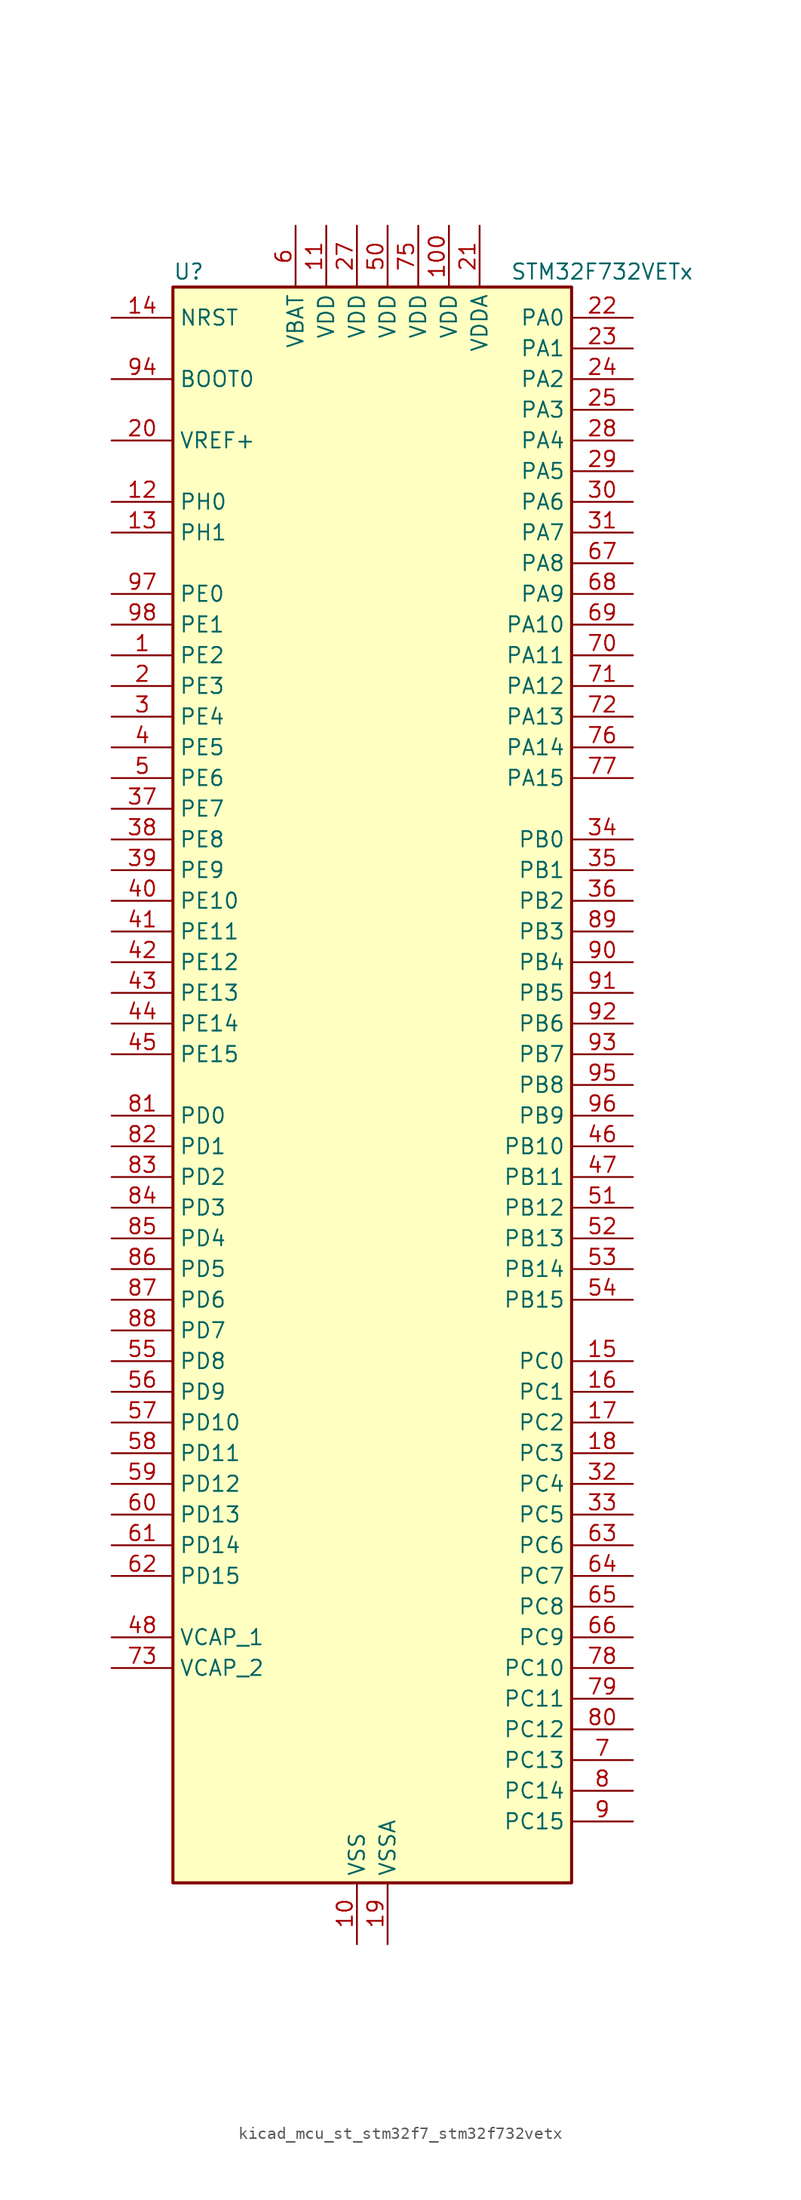
<source format=kicad_sym>
(kicad_symbol_lib
  (version 20220914)
  (generator kicad_symbol_editor)
  (symbol "kicad_mcu_st_stm32f7_stm32f732vetx"
    (property "Reference" "U"
      (at -15.24 67.31 0)
      (effects (font (size 1.27 1.27)) (justify left)))
    (property "Value" "STM32F732VETx"
      (at 12.7 67.31 0)
      (effects (font (size 1.27 1.27)) (justify left)))
    (property "ki_locked" ""
      (at 0 0 0)
      (effects (font (size 1.27 1.27))))
    (symbol "kicad_mcu_st_stm32f7_stm32f732vetx_0_1"
      (rectangle (start -15.24 -66.04) (end 17.78 66.04) (stroke (width 0.254) (type default)) (fill (type background))))
    (symbol "kicad_mcu_st_stm32f7_stm32f732vetx_1_1"
      (pin bidirectional line (at -20.32 35.56 0) (length 5.08) (name "PE2" (effects (font (size 1.27 1.27)))) (number "1" (effects (font (size 1.27 1.27)))) (alternate "FMC_A23" bidirectional line) (alternate "QUADSPI_BK1_IO2" bidirectional line) (alternate "SAI1_MCLK_A" bidirectional line) (alternate "SPI4_SCK" bidirectional line) (alternate "SYS_TRACECLK" bidirectional line))
      (pin power_in line (at 0 -71.12 90) (length 5.08) (name "VSS" (effects (font (size 1.27 1.27)))) (number "10" (effects (font (size 1.27 1.27)))))
      (pin power_in line (at 7.62 71.12 270) (length 5.08) (name "VDD" (effects (font (size 1.27 1.27)))) (number "100" (effects (font (size 1.27 1.27)))))
      (pin power_in line (at -2.54 71.12 270) (length 5.08) (name "VDD" (effects (font (size 1.27 1.27)))) (number "11" (effects (font (size 1.27 1.27)))))
      (pin bidirectional line (at -20.32 48.26 0) (length 5.08) (name "PH0" (effects (font (size 1.27 1.27)))) (number "12" (effects (font (size 1.27 1.27)))) (alternate "RCC_OSC_IN" bidirectional line))
      (pin bidirectional line (at -20.32 45.72 0) (length 5.08) (name "PH1" (effects (font (size 1.27 1.27)))) (number "13" (effects (font (size 1.27 1.27)))) (alternate "RCC_OSC_OUT" bidirectional line))
      (pin input line (at -20.32 63.5 0) (length 5.08) (name "NRST" (effects (font (size 1.27 1.27)))) (number "14" (effects (font (size 1.27 1.27)))))
      (pin bidirectional line (at 22.86 -22.86 180) (length 5.08) (name "PC0" (effects (font (size 1.27 1.27)))) (number "15" (effects (font (size 1.27 1.27)))) (alternate "ADC1_IN10" bidirectional line) (alternate "ADC2_IN10" bidirectional line) (alternate "ADC3_IN10" bidirectional line) (alternate "FMC_SDNWE" bidirectional line) (alternate "SAI2_FS_B" bidirectional line) (alternate "USB_OTG_HS_ULPI_STP" bidirectional line))
      (pin bidirectional line (at 22.86 -25.4 180) (length 5.08) (name "PC1" (effects (font (size 1.27 1.27)))) (number "16" (effects (font (size 1.27 1.27)))) (alternate "ADC1_IN11" bidirectional line) (alternate "ADC2_IN11" bidirectional line) (alternate "ADC3_IN11" bidirectional line) (alternate "I2S2_SD" bidirectional line) (alternate "RTC_TAMP3" bidirectional line) (alternate "RTC_TS" bidirectional line) (alternate "SAI1_SD_A" bidirectional line) (alternate "SPI2_MOSI" bidirectional line) (alternate "SYS_TRACED0" bidirectional line) (alternate "SYS_WKUP3" bidirectional line))
      (pin bidirectional line (at 22.86 -27.94 180) (length 5.08) (name "PC2" (effects (font (size 1.27 1.27)))) (number "17" (effects (font (size 1.27 1.27)))) (alternate "ADC1_IN12" bidirectional line) (alternate "ADC2_IN12" bidirectional line) (alternate "ADC3_IN12" bidirectional line) (alternate "FMC_SDNE0" bidirectional line) (alternate "SPI2_MISO" bidirectional line) (alternate "USB_OTG_HS_ULPI_DIR" bidirectional line))
      (pin bidirectional line (at 22.86 -30.48 180) (length 5.08) (name "PC3" (effects (font (size 1.27 1.27)))) (number "18" (effects (font (size 1.27 1.27)))) (alternate "ADC1_IN13" bidirectional line) (alternate "ADC2_IN13" bidirectional line) (alternate "ADC3_IN13" bidirectional line) (alternate "FMC_SDCKE0" bidirectional line) (alternate "I2S2_SD" bidirectional line) (alternate "SPI2_MOSI" bidirectional line) (alternate "USB_OTG_HS_ULPI_NXT" bidirectional line))
      (pin power_in line (at 2.54 -71.12 90) (length 5.08) (name "VSSA" (effects (font (size 1.27 1.27)))) (number "19" (effects (font (size 1.27 1.27)))))
      (pin bidirectional line (at -20.32 33.02 0) (length 5.08) (name "PE3" (effects (font (size 1.27 1.27)))) (number "2" (effects (font (size 1.27 1.27)))) (alternate "FMC_A19" bidirectional line) (alternate "SAI1_SD_B" bidirectional line) (alternate "SYS_TRACED0" bidirectional line))
      (pin input line (at -20.32 53.34 0) (length 5.08) (name "VREF+" (effects (font (size 1.27 1.27)))) (number "20" (effects (font (size 1.27 1.27)))))
      (pin power_in line (at 10.16 71.12 270) (length 5.08) (name "VDDA" (effects (font (size 1.27 1.27)))) (number "21" (effects (font (size 1.27 1.27)))))
      (pin bidirectional line (at 22.86 63.5 180) (length 5.08) (name "PA0" (effects (font (size 1.27 1.27)))) (number "22" (effects (font (size 1.27 1.27)))) (alternate "ADC1_IN0" bidirectional line) (alternate "ADC2_IN0" bidirectional line) (alternate "ADC3_IN0" bidirectional line) (alternate "SAI2_SD_B" bidirectional line) (alternate "SYS_WKUP1" bidirectional line) (alternate "TIM2_CH1" bidirectional line) (alternate "TIM2_ETR" bidirectional line) (alternate "TIM5_CH1" bidirectional line) (alternate "TIM8_ETR" bidirectional line) (alternate "UART4_TX" bidirectional line) (alternate "USART2_CTS" bidirectional line))
      (pin bidirectional line (at 22.86 60.96 180) (length 5.08) (name "PA1" (effects (font (size 1.27 1.27)))) (number "23" (effects (font (size 1.27 1.27)))) (alternate "ADC1_IN1" bidirectional line) (alternate "ADC2_IN1" bidirectional line) (alternate "ADC3_IN1" bidirectional line) (alternate "QUADSPI_BK1_IO3" bidirectional line) (alternate "SAI2_MCLK_B" bidirectional line) (alternate "TIM2_CH2" bidirectional line) (alternate "TIM5_CH2" bidirectional line) (alternate "UART4_RX" bidirectional line) (alternate "USART2_DE" bidirectional line) (alternate "USART2_RTS" bidirectional line))
      (pin bidirectional line (at 22.86 58.42 180) (length 5.08) (name "PA2" (effects (font (size 1.27 1.27)))) (number "24" (effects (font (size 1.27 1.27)))) (alternate "ADC1_IN2" bidirectional line) (alternate "ADC2_IN2" bidirectional line) (alternate "ADC3_IN2" bidirectional line) (alternate "SAI2_SCK_B" bidirectional line) (alternate "SYS_WKUP2" bidirectional line) (alternate "TIM2_CH3" bidirectional line) (alternate "TIM5_CH3" bidirectional line) (alternate "TIM9_CH1" bidirectional line) (alternate "USART2_TX" bidirectional line))
      (pin bidirectional line (at 22.86 55.88 180) (length 5.08) (name "PA3" (effects (font (size 1.27 1.27)))) (number "25" (effects (font (size 1.27 1.27)))) (alternate "ADC1_IN3" bidirectional line) (alternate "ADC2_IN3" bidirectional line) (alternate "ADC3_IN3" bidirectional line) (alternate "TIM2_CH4" bidirectional line) (alternate "TIM5_CH4" bidirectional line) (alternate "TIM9_CH2" bidirectional line) (alternate "USART2_RX" bidirectional line) (alternate "USB_OTG_HS_ULPI_D0" bidirectional line))
      (pin passive line (at 0 -71.12 90) (length 5.08) hide (name "VSS" (effects (font (size 1.27 1.27)))) (number "26" (effects (font (size 1.27 1.27)))))
      (pin power_in line (at 0 71.12 270) (length 5.08) (name "VDD" (effects (font (size 1.27 1.27)))) (number "27" (effects (font (size 1.27 1.27)))))
      (pin bidirectional line (at 22.86 53.34 180) (length 5.08) (name "PA4" (effects (font (size 1.27 1.27)))) (number "28" (effects (font (size 1.27 1.27)))) (alternate "ADC1_IN4" bidirectional line) (alternate "ADC2_IN4" bidirectional line) (alternate "DAC_OUT1" bidirectional line) (alternate "I2S1_WS" bidirectional line) (alternate "I2S3_WS" bidirectional line) (alternate "SPI1_NSS" bidirectional line) (alternate "SPI3_NSS" bidirectional line) (alternate "USART2_CK" bidirectional line) (alternate "USB_OTG_HS_SOF" bidirectional line))
      (pin bidirectional line (at 22.86 50.8 180) (length 5.08) (name "PA5" (effects (font (size 1.27 1.27)))) (number "29" (effects (font (size 1.27 1.27)))) (alternate "ADC1_IN5" bidirectional line) (alternate "ADC2_IN5" bidirectional line) (alternate "DAC_OUT2" bidirectional line) (alternate "I2S1_CK" bidirectional line) (alternate "SPI1_SCK" bidirectional line) (alternate "TIM2_CH1" bidirectional line) (alternate "TIM2_ETR" bidirectional line) (alternate "TIM8_CH1N" bidirectional line) (alternate "USB_OTG_HS_ULPI_CK" bidirectional line))
      (pin bidirectional line (at -20.32 30.48 0) (length 5.08) (name "PE4" (effects (font (size 1.27 1.27)))) (number "3" (effects (font (size 1.27 1.27)))) (alternate "FMC_A20" bidirectional line) (alternate "SAI1_FS_A" bidirectional line) (alternate "SPI4_NSS" bidirectional line) (alternate "SYS_TRACED1" bidirectional line))
      (pin bidirectional line (at 22.86 48.26 180) (length 5.08) (name "PA6" (effects (font (size 1.27 1.27)))) (number "30" (effects (font (size 1.27 1.27)))) (alternate "ADC1_IN6" bidirectional line) (alternate "ADC2_IN6" bidirectional line) (alternate "SPI1_MISO" bidirectional line) (alternate "TIM13_CH1" bidirectional line) (alternate "TIM1_BKIN" bidirectional line) (alternate "TIM3_CH1" bidirectional line) (alternate "TIM8_BKIN" bidirectional line))
      (pin bidirectional line (at 22.86 45.72 180) (length 5.08) (name "PA7" (effects (font (size 1.27 1.27)))) (number "31" (effects (font (size 1.27 1.27)))) (alternate "ADC1_IN7" bidirectional line) (alternate "ADC2_IN7" bidirectional line) (alternate "FMC_SDNWE" bidirectional line) (alternate "I2S1_SD" bidirectional line) (alternate "SPI1_MOSI" bidirectional line) (alternate "TIM14_CH1" bidirectional line) (alternate "TIM1_CH1N" bidirectional line) (alternate "TIM3_CH2" bidirectional line) (alternate "TIM8_CH1N" bidirectional line))
      (pin bidirectional line (at 22.86 -33.02 180) (length 5.08) (name "PC4" (effects (font (size 1.27 1.27)))) (number "32" (effects (font (size 1.27 1.27)))) (alternate "ADC1_IN14" bidirectional line) (alternate "ADC2_IN14" bidirectional line) (alternate "FMC_SDNE0" bidirectional line) (alternate "I2S1_MCK" bidirectional line))
      (pin bidirectional line (at 22.86 -35.56 180) (length 5.08) (name "PC5" (effects (font (size 1.27 1.27)))) (number "33" (effects (font (size 1.27 1.27)))) (alternate "ADC1_IN15" bidirectional line) (alternate "ADC2_IN15" bidirectional line) (alternate "FMC_SDCKE0" bidirectional line))
      (pin bidirectional line (at 22.86 20.32 180) (length 5.08) (name "PB0" (effects (font (size 1.27 1.27)))) (number "34" (effects (font (size 1.27 1.27)))) (alternate "ADC1_IN8" bidirectional line) (alternate "ADC2_IN8" bidirectional line) (alternate "TIM1_CH2N" bidirectional line) (alternate "TIM3_CH3" bidirectional line) (alternate "TIM8_CH2N" bidirectional line) (alternate "UART4_CTS" bidirectional line) (alternate "USB_OTG_HS_ULPI_D1" bidirectional line))
      (pin bidirectional line (at 22.86 17.78 180) (length 5.08) (name "PB1" (effects (font (size 1.27 1.27)))) (number "35" (effects (font (size 1.27 1.27)))) (alternate "ADC1_IN9" bidirectional line) (alternate "ADC2_IN9" bidirectional line) (alternate "TIM1_CH3N" bidirectional line) (alternate "TIM3_CH4" bidirectional line) (alternate "TIM8_CH3N" bidirectional line) (alternate "USB_OTG_HS_ULPI_D2" bidirectional line))
      (pin bidirectional line (at 22.86 15.24 180) (length 5.08) (name "PB2" (effects (font (size 1.27 1.27)))) (number "36" (effects (font (size 1.27 1.27)))) (alternate "I2S3_SD" bidirectional line) (alternate "QUADSPI_CLK" bidirectional line) (alternate "SAI1_SD_A" bidirectional line) (alternate "SPI3_MOSI" bidirectional line))
      (pin bidirectional line (at -20.32 22.86 0) (length 5.08) (name "PE7" (effects (font (size 1.27 1.27)))) (number "37" (effects (font (size 1.27 1.27)))) (alternate "FMC_D4" bidirectional line) (alternate "FMC_DA4" bidirectional line) (alternate "QUADSPI_BK2_IO0" bidirectional line) (alternate "TIM1_ETR" bidirectional line) (alternate "UART7_RX" bidirectional line))
      (pin bidirectional line (at -20.32 20.32 0) (length 5.08) (name "PE8" (effects (font (size 1.27 1.27)))) (number "38" (effects (font (size 1.27 1.27)))) (alternate "FMC_D5" bidirectional line) (alternate "FMC_DA5" bidirectional line) (alternate "QUADSPI_BK2_IO1" bidirectional line) (alternate "TIM1_CH1N" bidirectional line) (alternate "UART7_TX" bidirectional line))
      (pin bidirectional line (at -20.32 17.78 0) (length 5.08) (name "PE9" (effects (font (size 1.27 1.27)))) (number "39" (effects (font (size 1.27 1.27)))) (alternate "DAC_EXTI9" bidirectional line) (alternate "FMC_D6" bidirectional line) (alternate "FMC_DA6" bidirectional line) (alternate "QUADSPI_BK2_IO2" bidirectional line) (alternate "TIM1_CH1" bidirectional line) (alternate "UART7_DE" bidirectional line) (alternate "UART7_RTS" bidirectional line))
      (pin bidirectional line (at -20.32 27.94 0) (length 5.08) (name "PE5" (effects (font (size 1.27 1.27)))) (number "4" (effects (font (size 1.27 1.27)))) (alternate "FMC_A21" bidirectional line) (alternate "SAI1_SCK_A" bidirectional line) (alternate "SPI4_MISO" bidirectional line) (alternate "SYS_TRACED2" bidirectional line) (alternate "TIM9_CH1" bidirectional line))
      (pin bidirectional line (at -20.32 15.24 0) (length 5.08) (name "PE10" (effects (font (size 1.27 1.27)))) (number "40" (effects (font (size 1.27 1.27)))) (alternate "FMC_D7" bidirectional line) (alternate "FMC_DA7" bidirectional line) (alternate "QUADSPI_BK2_IO3" bidirectional line) (alternate "TIM1_CH2N" bidirectional line) (alternate "UART7_CTS" bidirectional line))
      (pin bidirectional line (at -20.32 12.7 0) (length 5.08) (name "PE11" (effects (font (size 1.27 1.27)))) (number "41" (effects (font (size 1.27 1.27)))) (alternate "ADC1_EXTI11" bidirectional line) (alternate "ADC2_EXTI11" bidirectional line) (alternate "ADC3_EXTI11" bidirectional line) (alternate "FMC_D8" bidirectional line) (alternate "FMC_DA8" bidirectional line) (alternate "SAI2_SD_B" bidirectional line) (alternate "SPI4_NSS" bidirectional line) (alternate "TIM1_CH2" bidirectional line))
      (pin bidirectional line (at -20.32 10.16 0) (length 5.08) (name "PE12" (effects (font (size 1.27 1.27)))) (number "42" (effects (font (size 1.27 1.27)))) (alternate "FMC_D9" bidirectional line) (alternate "FMC_DA9" bidirectional line) (alternate "SAI2_SCK_B" bidirectional line) (alternate "SPI4_SCK" bidirectional line) (alternate "TIM1_CH3N" bidirectional line))
      (pin bidirectional line (at -20.32 7.62 0) (length 5.08) (name "PE13" (effects (font (size 1.27 1.27)))) (number "43" (effects (font (size 1.27 1.27)))) (alternate "FMC_D10" bidirectional line) (alternate "FMC_DA10" bidirectional line) (alternate "SAI2_FS_B" bidirectional line) (alternate "SPI4_MISO" bidirectional line) (alternate "TIM1_CH3" bidirectional line))
      (pin bidirectional line (at -20.32 5.08 0) (length 5.08) (name "PE14" (effects (font (size 1.27 1.27)))) (number "44" (effects (font (size 1.27 1.27)))) (alternate "FMC_D11" bidirectional line) (alternate "FMC_DA11" bidirectional line) (alternate "SAI2_MCLK_B" bidirectional line) (alternate "SPI4_MOSI" bidirectional line) (alternate "TIM1_CH4" bidirectional line))
      (pin bidirectional line (at -20.32 2.54 0) (length 5.08) (name "PE15" (effects (font (size 1.27 1.27)))) (number "45" (effects (font (size 1.27 1.27)))) (alternate "FMC_D12" bidirectional line) (alternate "FMC_DA12" bidirectional line) (alternate "TIM1_BKIN" bidirectional line))
      (pin bidirectional line (at 22.86 -5.08 180) (length 5.08) (name "PB10" (effects (font (size 1.27 1.27)))) (number "46" (effects (font (size 1.27 1.27)))) (alternate "I2C2_SCL" bidirectional line) (alternate "I2S2_CK" bidirectional line) (alternate "SPI2_SCK" bidirectional line) (alternate "TIM2_CH3" bidirectional line) (alternate "USART3_TX" bidirectional line) (alternate "USB_OTG_HS_ULPI_D3" bidirectional line))
      (pin bidirectional line (at 22.86 -7.62 180) (length 5.08) (name "PB11" (effects (font (size 1.27 1.27)))) (number "47" (effects (font (size 1.27 1.27)))) (alternate "ADC1_EXTI11" bidirectional line) (alternate "ADC2_EXTI11" bidirectional line) (alternate "ADC3_EXTI11" bidirectional line) (alternate "I2C2_SDA" bidirectional line) (alternate "TIM2_CH4" bidirectional line) (alternate "USART3_RX" bidirectional line) (alternate "USB_OTG_HS_ULPI_D4" bidirectional line))
      (pin power_out line (at -20.32 -45.72 0) (length 5.08) (name "VCAP_1" (effects (font (size 1.27 1.27)))) (number "48" (effects (font (size 1.27 1.27)))))
      (pin passive line (at 0 -71.12 90) (length 5.08) hide (name "VSS" (effects (font (size 1.27 1.27)))) (number "49" (effects (font (size 1.27 1.27)))))
      (pin bidirectional line (at -20.32 25.4 0) (length 5.08) (name "PE6" (effects (font (size 1.27 1.27)))) (number "5" (effects (font (size 1.27 1.27)))) (alternate "FMC_A22" bidirectional line) (alternate "SAI1_SD_A" bidirectional line) (alternate "SAI2_MCLK_B" bidirectional line) (alternate "SPI4_MOSI" bidirectional line) (alternate "SYS_TRACED3" bidirectional line) (alternate "TIM1_BKIN2" bidirectional line) (alternate "TIM9_CH2" bidirectional line))
      (pin power_in line (at 2.54 71.12 270) (length 5.08) (name "VDD" (effects (font (size 1.27 1.27)))) (number "50" (effects (font (size 1.27 1.27)))))
      (pin bidirectional line (at 22.86 -10.16 180) (length 5.08) (name "PB12" (effects (font (size 1.27 1.27)))) (number "51" (effects (font (size 1.27 1.27)))) (alternate "I2C2_SMBA" bidirectional line) (alternate "I2S2_WS" bidirectional line) (alternate "SPI2_NSS" bidirectional line) (alternate "TIM1_BKIN" bidirectional line) (alternate "USART3_CK" bidirectional line) (alternate "USB_OTG_HS_ID" bidirectional line) (alternate "USB_OTG_HS_ULPI_D5" bidirectional line))
      (pin bidirectional line (at 22.86 -12.7 180) (length 5.08) (name "PB13" (effects (font (size 1.27 1.27)))) (number "52" (effects (font (size 1.27 1.27)))) (alternate "I2S2_CK" bidirectional line) (alternate "SPI2_SCK" bidirectional line) (alternate "TIM1_CH1N" bidirectional line) (alternate "USART3_CTS" bidirectional line) (alternate "USB_OTG_HS_ULPI_D6" bidirectional line) (alternate "USB_OTG_HS_VBUS" bidirectional line))
      (pin bidirectional line (at 22.86 -15.24 180) (length 5.08) (name "PB14" (effects (font (size 1.27 1.27)))) (number "53" (effects (font (size 1.27 1.27)))) (alternate "SDMMC2_D0" bidirectional line) (alternate "SPI2_MISO" bidirectional line) (alternate "TIM12_CH1" bidirectional line) (alternate "TIM1_CH2N" bidirectional line) (alternate "TIM8_CH2N" bidirectional line) (alternate "USART3_DE" bidirectional line) (alternate "USART3_RTS" bidirectional line) (alternate "USB_OTG_HS_DM" bidirectional line))
      (pin bidirectional line (at 22.86 -17.78 180) (length 5.08) (name "PB15" (effects (font (size 1.27 1.27)))) (number "54" (effects (font (size 1.27 1.27)))) (alternate "I2S2_SD" bidirectional line) (alternate "RTC_REFIN" bidirectional line) (alternate "SDMMC2_D1" bidirectional line) (alternate "SPI2_MOSI" bidirectional line) (alternate "TIM12_CH2" bidirectional line) (alternate "TIM1_CH3N" bidirectional line) (alternate "TIM8_CH3N" bidirectional line) (alternate "USB_OTG_HS_DP" bidirectional line))
      (pin bidirectional line (at -20.32 -22.86 0) (length 5.08) (name "PD8" (effects (font (size 1.27 1.27)))) (number "55" (effects (font (size 1.27 1.27)))) (alternate "FMC_D13" bidirectional line) (alternate "FMC_DA13" bidirectional line) (alternate "USART3_TX" bidirectional line))
      (pin bidirectional line (at -20.32 -25.4 0) (length 5.08) (name "PD9" (effects (font (size 1.27 1.27)))) (number "56" (effects (font (size 1.27 1.27)))) (alternate "DAC_EXTI9" bidirectional line) (alternate "FMC_D14" bidirectional line) (alternate "FMC_DA14" bidirectional line) (alternate "USART3_RX" bidirectional line))
      (pin bidirectional line (at -20.32 -27.94 0) (length 5.08) (name "PD10" (effects (font (size 1.27 1.27)))) (number "57" (effects (font (size 1.27 1.27)))) (alternate "FMC_D15" bidirectional line) (alternate "FMC_DA15" bidirectional line) (alternate "USART3_CK" bidirectional line))
      (pin bidirectional line (at -20.32 -30.48 0) (length 5.08) (name "PD11" (effects (font (size 1.27 1.27)))) (number "58" (effects (font (size 1.27 1.27)))) (alternate "ADC1_EXTI11" bidirectional line) (alternate "ADC2_EXTI11" bidirectional line) (alternate "ADC3_EXTI11" bidirectional line) (alternate "FMC_A16" bidirectional line) (alternate "FMC_CLE" bidirectional line) (alternate "QUADSPI_BK1_IO0" bidirectional line) (alternate "SAI2_SD_A" bidirectional line) (alternate "USART3_CTS" bidirectional line))
      (pin bidirectional line (at -20.32 -33.02 0) (length 5.08) (name "PD12" (effects (font (size 1.27 1.27)))) (number "59" (effects (font (size 1.27 1.27)))) (alternate "FMC_A17" bidirectional line) (alternate "FMC_ALE" bidirectional line) (alternate "LPTIM1_IN1" bidirectional line) (alternate "QUADSPI_BK1_IO1" bidirectional line) (alternate "SAI2_FS_A" bidirectional line) (alternate "TIM4_CH1" bidirectional line) (alternate "USART3_DE" bidirectional line) (alternate "USART3_RTS" bidirectional line))
      (pin power_in line (at -5.08 71.12 270) (length 5.08) (name "VBAT" (effects (font (size 1.27 1.27)))) (number "6" (effects (font (size 1.27 1.27)))))
      (pin bidirectional line (at -20.32 -35.56 0) (length 5.08) (name "PD13" (effects (font (size 1.27 1.27)))) (number "60" (effects (font (size 1.27 1.27)))) (alternate "FMC_A18" bidirectional line) (alternate "LPTIM1_OUT" bidirectional line) (alternate "QUADSPI_BK1_IO3" bidirectional line) (alternate "SAI2_SCK_A" bidirectional line) (alternate "TIM4_CH2" bidirectional line))
      (pin bidirectional line (at -20.32 -38.1 0) (length 5.08) (name "PD14" (effects (font (size 1.27 1.27)))) (number "61" (effects (font (size 1.27 1.27)))) (alternate "FMC_D0" bidirectional line) (alternate "FMC_DA0" bidirectional line) (alternate "TIM4_CH3" bidirectional line) (alternate "UART8_CTS" bidirectional line))
      (pin bidirectional line (at -20.32 -40.64 0) (length 5.08) (name "PD15" (effects (font (size 1.27 1.27)))) (number "62" (effects (font (size 1.27 1.27)))) (alternate "FMC_D1" bidirectional line) (alternate "FMC_DA1" bidirectional line) (alternate "TIM4_CH4" bidirectional line) (alternate "UART8_DE" bidirectional line) (alternate "UART8_RTS" bidirectional line))
      (pin bidirectional line (at 22.86 -38.1 180) (length 5.08) (name "PC6" (effects (font (size 1.27 1.27)))) (number "63" (effects (font (size 1.27 1.27)))) (alternate "I2S2_MCK" bidirectional line) (alternate "SDMMC1_D6" bidirectional line) (alternate "SDMMC2_D6" bidirectional line) (alternate "TIM3_CH1" bidirectional line) (alternate "TIM8_CH1" bidirectional line) (alternate "USART6_TX" bidirectional line))
      (pin bidirectional line (at 22.86 -40.64 180) (length 5.08) (name "PC7" (effects (font (size 1.27 1.27)))) (number "64" (effects (font (size 1.27 1.27)))) (alternate "I2S3_MCK" bidirectional line) (alternate "SDMMC1_D7" bidirectional line) (alternate "SDMMC2_D7" bidirectional line) (alternate "TIM3_CH2" bidirectional line) (alternate "TIM8_CH2" bidirectional line) (alternate "USART6_RX" bidirectional line))
      (pin bidirectional line (at 22.86 -43.18 180) (length 5.08) (name "PC8" (effects (font (size 1.27 1.27)))) (number "65" (effects (font (size 1.27 1.27)))) (alternate "SDMMC1_D0" bidirectional line) (alternate "SYS_TRACED1" bidirectional line) (alternate "TIM3_CH3" bidirectional line) (alternate "TIM8_CH3" bidirectional line) (alternate "UART5_DE" bidirectional line) (alternate "UART5_RTS" bidirectional line) (alternate "USART6_CK" bidirectional line))
      (pin bidirectional line (at 22.86 -45.72 180) (length 5.08) (name "PC9" (effects (font (size 1.27 1.27)))) (number "66" (effects (font (size 1.27 1.27)))) (alternate "DAC_EXTI9" bidirectional line) (alternate "I2C3_SDA" bidirectional line) (alternate "I2S_CKIN" bidirectional line) (alternate "QUADSPI_BK1_IO0" bidirectional line) (alternate "RCC_MCO_2" bidirectional line) (alternate "SDMMC1_D1" bidirectional line) (alternate "TIM3_CH4" bidirectional line) (alternate "TIM8_CH4" bidirectional line) (alternate "UART5_CTS" bidirectional line))
      (pin bidirectional line (at 22.86 43.18 180) (length 5.08) (name "PA8" (effects (font (size 1.27 1.27)))) (number "67" (effects (font (size 1.27 1.27)))) (alternate "I2C3_SCL" bidirectional line) (alternate "RCC_MCO_1" bidirectional line) (alternate "TIM1_CH1" bidirectional line) (alternate "TIM8_BKIN2" bidirectional line) (alternate "USART1_CK" bidirectional line) (alternate "USB_OTG_FS_SOF" bidirectional line))
      (pin bidirectional line (at 22.86 40.64 180) (length 5.08) (name "PA9" (effects (font (size 1.27 1.27)))) (number "68" (effects (font (size 1.27 1.27)))) (alternate "DAC_EXTI9" bidirectional line) (alternate "I2C3_SMBA" bidirectional line) (alternate "I2S2_CK" bidirectional line) (alternate "SPI2_SCK" bidirectional line) (alternate "TIM1_CH2" bidirectional line) (alternate "USART1_TX" bidirectional line) (alternate "USB_OTG_FS_VBUS" bidirectional line))
      (pin bidirectional line (at 22.86 38.1 180) (length 5.08) (name "PA10" (effects (font (size 1.27 1.27)))) (number "69" (effects (font (size 1.27 1.27)))) (alternate "TIM1_CH3" bidirectional line) (alternate "USART1_RX" bidirectional line) (alternate "USB_OTG_FS_ID" bidirectional line))
      (pin bidirectional line (at 22.86 -55.88 180) (length 5.08) (name "PC13" (effects (font (size 1.27 1.27)))) (number "7" (effects (font (size 1.27 1.27)))) (alternate "RTC_OUT" bidirectional line) (alternate "RTC_TAMP1" bidirectional line) (alternate "RTC_TS" bidirectional line) (alternate "SYS_WKUP4" bidirectional line))
      (pin bidirectional line (at 22.86 35.56 180) (length 5.08) (name "PA11" (effects (font (size 1.27 1.27)))) (number "70" (effects (font (size 1.27 1.27)))) (alternate "ADC1_EXTI11" bidirectional line) (alternate "ADC2_EXTI11" bidirectional line) (alternate "ADC3_EXTI11" bidirectional line) (alternate "CAN1_RX" bidirectional line) (alternate "TIM1_CH4" bidirectional line) (alternate "USART1_CTS" bidirectional line) (alternate "USB_OTG_FS_DM" bidirectional line))
      (pin bidirectional line (at 22.86 33.02 180) (length 5.08) (name "PA12" (effects (font (size 1.27 1.27)))) (number "71" (effects (font (size 1.27 1.27)))) (alternate "CAN1_TX" bidirectional line) (alternate "SAI2_FS_B" bidirectional line) (alternate "TIM1_ETR" bidirectional line) (alternate "USART1_DE" bidirectional line) (alternate "USART1_RTS" bidirectional line) (alternate "USB_OTG_FS_DP" bidirectional line))
      (pin bidirectional line (at 22.86 30.48 180) (length 5.08) (name "PA13" (effects (font (size 1.27 1.27)))) (number "72" (effects (font (size 1.27 1.27)))) (alternate "SYS_JTMS-SWDIO" bidirectional line))
      (pin power_out line (at -20.32 -48.26 0) (length 5.08) (name "VCAP_2" (effects (font (size 1.27 1.27)))) (number "73" (effects (font (size 1.27 1.27)))))
      (pin passive line (at 0 -71.12 90) (length 5.08) hide (name "VSS" (effects (font (size 1.27 1.27)))) (number "74" (effects (font (size 1.27 1.27)))))
      (pin power_in line (at 5.08 71.12 270) (length 5.08) (name "VDD" (effects (font (size 1.27 1.27)))) (number "75" (effects (font (size 1.27 1.27)))))
      (pin bidirectional line (at 22.86 27.94 180) (length 5.08) (name "PA14" (effects (font (size 1.27 1.27)))) (number "76" (effects (font (size 1.27 1.27)))) (alternate "SYS_JTCK-SWCLK" bidirectional line))
      (pin bidirectional line (at 22.86 25.4 180) (length 5.08) (name "PA15" (effects (font (size 1.27 1.27)))) (number "77" (effects (font (size 1.27 1.27)))) (alternate "I2S1_WS" bidirectional line) (alternate "I2S3_WS" bidirectional line) (alternate "SPI1_NSS" bidirectional line) (alternate "SPI3_NSS" bidirectional line) (alternate "SYS_JTDI" bidirectional line) (alternate "TIM2_CH1" bidirectional line) (alternate "TIM2_ETR" bidirectional line) (alternate "UART4_DE" bidirectional line) (alternate "UART4_RTS" bidirectional line))
      (pin bidirectional line (at 22.86 -48.26 180) (length 5.08) (name "PC10" (effects (font (size 1.27 1.27)))) (number "78" (effects (font (size 1.27 1.27)))) (alternate "I2S3_CK" bidirectional line) (alternate "QUADSPI_BK1_IO1" bidirectional line) (alternate "SDMMC1_D2" bidirectional line) (alternate "SPI3_SCK" bidirectional line) (alternate "UART4_TX" bidirectional line) (alternate "USART3_TX" bidirectional line))
      (pin bidirectional line (at 22.86 -50.8 180) (length 5.08) (name "PC11" (effects (font (size 1.27 1.27)))) (number "79" (effects (font (size 1.27 1.27)))) (alternate "ADC1_EXTI11" bidirectional line) (alternate "ADC2_EXTI11" bidirectional line) (alternate "ADC3_EXTI11" bidirectional line) (alternate "QUADSPI_BK2_NCS" bidirectional line) (alternate "SDMMC1_D3" bidirectional line) (alternate "SPI3_MISO" bidirectional line) (alternate "UART4_RX" bidirectional line) (alternate "USART3_RX" bidirectional line))
      (pin bidirectional line (at 22.86 -58.42 180) (length 5.08) (name "PC14" (effects (font (size 1.27 1.27)))) (number "8" (effects (font (size 1.27 1.27)))) (alternate "RCC_OSC32_IN" bidirectional line))
      (pin bidirectional line (at 22.86 -53.34 180) (length 5.08) (name "PC12" (effects (font (size 1.27 1.27)))) (number "80" (effects (font (size 1.27 1.27)))) (alternate "I2S3_SD" bidirectional line) (alternate "SDMMC1_CK" bidirectional line) (alternate "SPI3_MOSI" bidirectional line) (alternate "SYS_TRACED3" bidirectional line) (alternate "UART5_TX" bidirectional line) (alternate "USART3_CK" bidirectional line))
      (pin bidirectional line (at -20.32 -2.54 0) (length 5.08) (name "PD0" (effects (font (size 1.27 1.27)))) (number "81" (effects (font (size 1.27 1.27)))) (alternate "CAN1_RX" bidirectional line) (alternate "FMC_D2" bidirectional line) (alternate "FMC_DA2" bidirectional line))
      (pin bidirectional line (at -20.32 -5.08 0) (length 5.08) (name "PD1" (effects (font (size 1.27 1.27)))) (number "82" (effects (font (size 1.27 1.27)))) (alternate "CAN1_TX" bidirectional line) (alternate "FMC_D3" bidirectional line) (alternate "FMC_DA3" bidirectional line))
      (pin bidirectional line (at -20.32 -7.62 0) (length 5.08) (name "PD2" (effects (font (size 1.27 1.27)))) (number "83" (effects (font (size 1.27 1.27)))) (alternate "SDMMC1_CMD" bidirectional line) (alternate "SYS_TRACED2" bidirectional line) (alternate "TIM3_ETR" bidirectional line) (alternate "UART5_RX" bidirectional line))
      (pin bidirectional line (at -20.32 -10.16 0) (length 5.08) (name "PD3" (effects (font (size 1.27 1.27)))) (number "84" (effects (font (size 1.27 1.27)))) (alternate "FMC_CLK" bidirectional line) (alternate "I2S2_CK" bidirectional line) (alternate "SPI2_SCK" bidirectional line) (alternate "USART2_CTS" bidirectional line))
      (pin bidirectional line (at -20.32 -12.7 0) (length 5.08) (name "PD4" (effects (font (size 1.27 1.27)))) (number "85" (effects (font (size 1.27 1.27)))) (alternate "FMC_NOE" bidirectional line) (alternate "USART2_DE" bidirectional line) (alternate "USART2_RTS" bidirectional line))
      (pin bidirectional line (at -20.32 -15.24 0) (length 5.08) (name "PD5" (effects (font (size 1.27 1.27)))) (number "86" (effects (font (size 1.27 1.27)))) (alternate "FMC_NWE" bidirectional line) (alternate "USART2_TX" bidirectional line))
      (pin bidirectional line (at -20.32 -17.78 0) (length 5.08) (name "PD6" (effects (font (size 1.27 1.27)))) (number "87" (effects (font (size 1.27 1.27)))) (alternate "FMC_NWAIT" bidirectional line) (alternate "I2S3_SD" bidirectional line) (alternate "SAI1_SD_A" bidirectional line) (alternate "SDMMC2_CK" bidirectional line) (alternate "SPI3_MOSI" bidirectional line) (alternate "USART2_RX" bidirectional line))
      (pin bidirectional line (at -20.32 -20.32 0) (length 5.08) (name "PD7" (effects (font (size 1.27 1.27)))) (number "88" (effects (font (size 1.27 1.27)))) (alternate "FMC_NE1" bidirectional line) (alternate "SDMMC2_CMD" bidirectional line) (alternate "USART2_CK" bidirectional line))
      (pin bidirectional line (at 22.86 12.7 180) (length 5.08) (name "PB3" (effects (font (size 1.27 1.27)))) (number "89" (effects (font (size 1.27 1.27)))) (alternate "I2S1_CK" bidirectional line) (alternate "I2S3_CK" bidirectional line) (alternate "SDMMC2_D2" bidirectional line) (alternate "SPI1_SCK" bidirectional line) (alternate "SPI3_SCK" bidirectional line) (alternate "SYS_JTDO-SWO" bidirectional line) (alternate "TIM2_CH2" bidirectional line))
      (pin bidirectional line (at 22.86 -60.96 180) (length 5.08) (name "PC15" (effects (font (size 1.27 1.27)))) (number "9" (effects (font (size 1.27 1.27)))) (alternate "RCC_OSC32_OUT" bidirectional line))
      (pin bidirectional line (at 22.86 10.16 180) (length 5.08) (name "PB4" (effects (font (size 1.27 1.27)))) (number "90" (effects (font (size 1.27 1.27)))) (alternate "I2S2_WS" bidirectional line) (alternate "SDMMC2_D3" bidirectional line) (alternate "SPI1_MISO" bidirectional line) (alternate "SPI2_NSS" bidirectional line) (alternate "SPI3_MISO" bidirectional line) (alternate "SYS_JTRST" bidirectional line) (alternate "TIM3_CH1" bidirectional line))
      (pin bidirectional line (at 22.86 7.62 180) (length 5.08) (name "PB5" (effects (font (size 1.27 1.27)))) (number "91" (effects (font (size 1.27 1.27)))) (alternate "FMC_SDCKE1" bidirectional line) (alternate "I2C1_SMBA" bidirectional line) (alternate "I2S1_SD" bidirectional line) (alternate "I2S3_SD" bidirectional line) (alternate "SPI1_MOSI" bidirectional line) (alternate "SPI3_MOSI" bidirectional line) (alternate "TIM3_CH2" bidirectional line) (alternate "USB_OTG_HS_ULPI_D7" bidirectional line))
      (pin bidirectional line (at 22.86 5.08 180) (length 5.08) (name "PB6" (effects (font (size 1.27 1.27)))) (number "92" (effects (font (size 1.27 1.27)))) (alternate "FMC_SDNE1" bidirectional line) (alternate "I2C1_SCL" bidirectional line) (alternate "QUADSPI_BK1_NCS" bidirectional line) (alternate "TIM4_CH1" bidirectional line) (alternate "USART1_TX" bidirectional line))
      (pin bidirectional line (at 22.86 2.54 180) (length 5.08) (name "PB7" (effects (font (size 1.27 1.27)))) (number "93" (effects (font (size 1.27 1.27)))) (alternate "FMC_NL" bidirectional line) (alternate "I2C1_SDA" bidirectional line) (alternate "TIM4_CH2" bidirectional line) (alternate "USART1_RX" bidirectional line))
      (pin input line (at -20.32 58.42 0) (length 5.08) (name "BOOT0" (effects (font (size 1.27 1.27)))) (number "94" (effects (font (size 1.27 1.27)))))
      (pin bidirectional line (at 22.86 0 180) (length 5.08) (name "PB8" (effects (font (size 1.27 1.27)))) (number "95" (effects (font (size 1.27 1.27)))) (alternate "CAN1_RX" bidirectional line) (alternate "I2C1_SCL" bidirectional line) (alternate "SDMMC1_D4" bidirectional line) (alternate "SDMMC2_D4" bidirectional line) (alternate "TIM10_CH1" bidirectional line) (alternate "TIM4_CH3" bidirectional line))
      (pin bidirectional line (at 22.86 -2.54 180) (length 5.08) (name "PB9" (effects (font (size 1.27 1.27)))) (number "96" (effects (font (size 1.27 1.27)))) (alternate "CAN1_TX" bidirectional line) (alternate "DAC_EXTI9" bidirectional line) (alternate "I2C1_SDA" bidirectional line) (alternate "I2S2_WS" bidirectional line) (alternate "SDMMC1_D5" bidirectional line) (alternate "SDMMC2_D5" bidirectional line) (alternate "SPI2_NSS" bidirectional line) (alternate "TIM11_CH1" bidirectional line) (alternate "TIM4_CH4" bidirectional line))
      (pin bidirectional line (at -20.32 40.64 0) (length 5.08) (name "PE0" (effects (font (size 1.27 1.27)))) (number "97" (effects (font (size 1.27 1.27)))) (alternate "FMC_NBL0" bidirectional line) (alternate "LPTIM1_ETR" bidirectional line) (alternate "SAI2_MCLK_A" bidirectional line) (alternate "TIM4_ETR" bidirectional line) (alternate "UART8_RX" bidirectional line))
      (pin bidirectional line (at -20.32 38.1 0) (length 5.08) (name "PE1" (effects (font (size 1.27 1.27)))) (number "98" (effects (font (size 1.27 1.27)))) (alternate "FMC_NBL1" bidirectional line) (alternate "LPTIM1_IN2" bidirectional line) (alternate "UART8_TX" bidirectional line))
      (pin passive line (at 0 -71.12 90) (length 5.08) hide (name "VSS" (effects (font (size 1.27 1.27)))) (number "99" (effects (font (size 1.27 1.27))))))))
</source>
